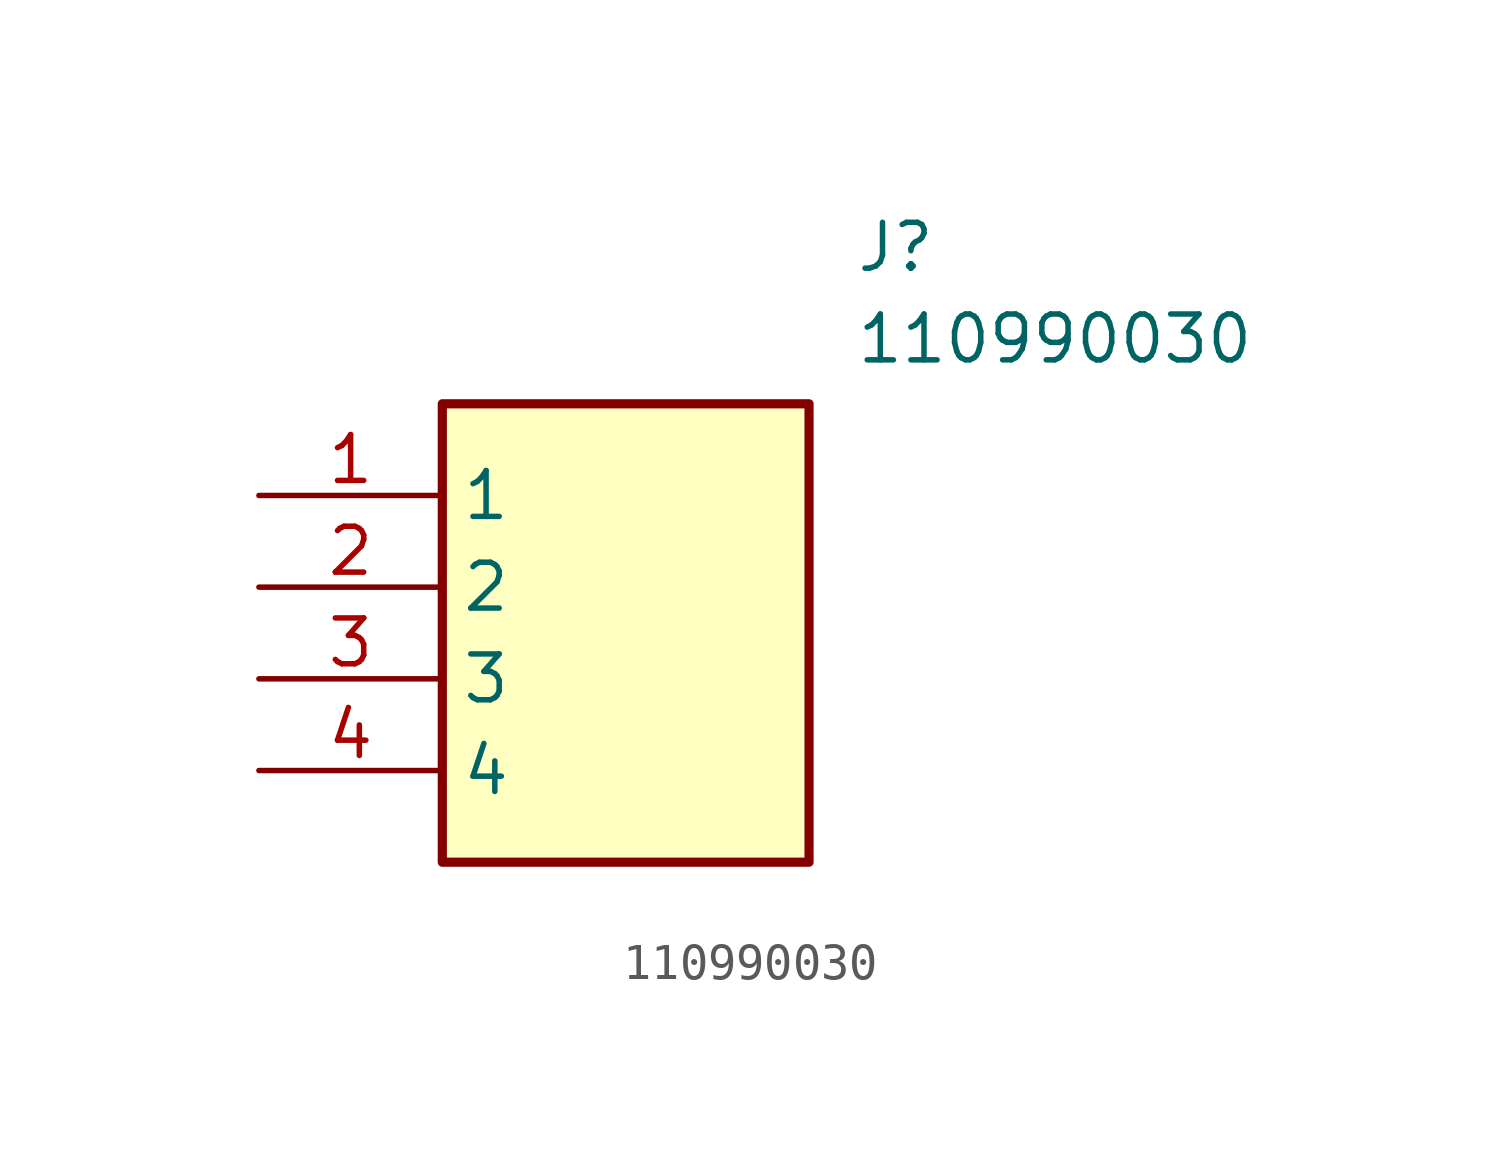
<source format=kicad_sym>
(kicad_symbol_lib
  (version 20211014)
  (generator SamacSys_ECAD_Model)
  (symbol "110990030"
    (property "Reference" "J"
      (at 16.51 7.62 0)
      (effects (font (size 1.27 1.27)) (justify left top)))
    (property "Value" "110990030"
      (at 16.51 5.08 0)
      (effects (font (size 1.27 1.27)) (justify left top)))
    (rectangle
      (start 5.08 2.54)
      (end 15.24 -10.16)
      (stroke (width 0.254) (type default))
      (fill (type background)))
    (pin passive line
      (at 0 0 0)
      (length 5.08)
      (name "1" (effects (font (size 1.27 1.27))))
      (number "1" (effects (font (size 1.27 1.27)))))
    (pin passive line
      (at 0 -2.54 0)
      (length 5.08)
      (name "2" (effects (font (size 1.27 1.27))))
      (number "2" (effects (font (size 1.27 1.27)))))
    (pin passive line
      (at 0 -5.08 0)
      (length 5.08)
      (name "3" (effects (font (size 1.27 1.27))))
      (number "3" (effects (font (size 1.27 1.27)))))
    (pin passive line
      (at 0 -7.62 0)
      (length 5.08)
      (name "4" (effects (font (size 1.27 1.27))))
      (number "4" (effects (font (size 1.27 1.27)))))))
</source>
